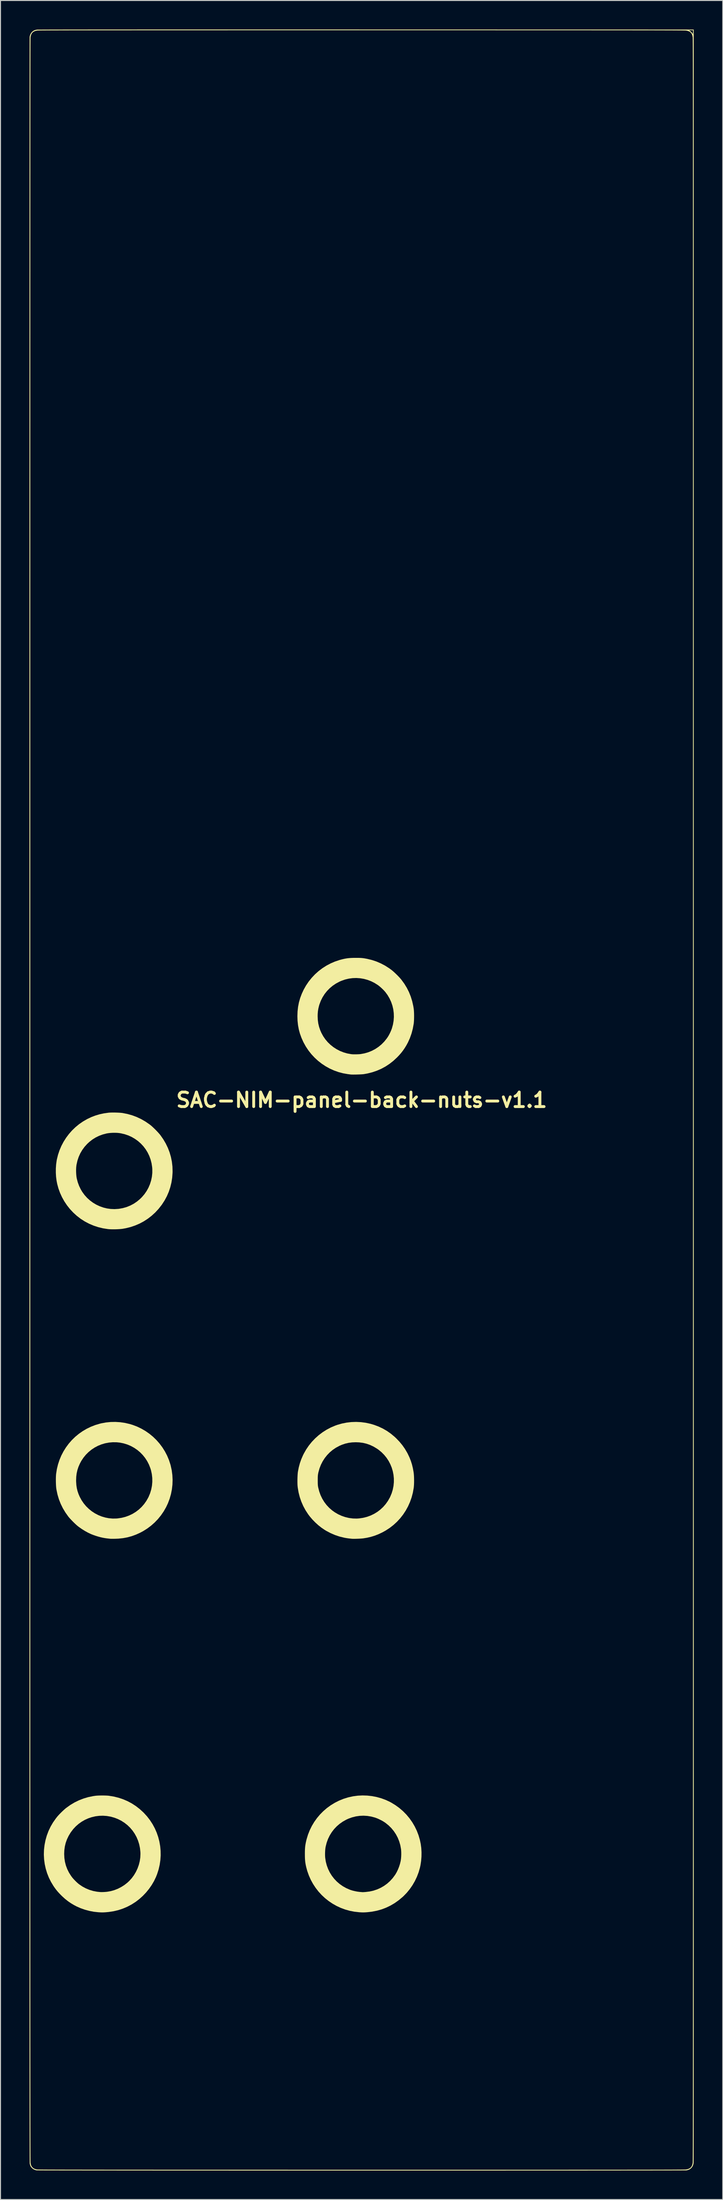
<source format=kicad_pcb>
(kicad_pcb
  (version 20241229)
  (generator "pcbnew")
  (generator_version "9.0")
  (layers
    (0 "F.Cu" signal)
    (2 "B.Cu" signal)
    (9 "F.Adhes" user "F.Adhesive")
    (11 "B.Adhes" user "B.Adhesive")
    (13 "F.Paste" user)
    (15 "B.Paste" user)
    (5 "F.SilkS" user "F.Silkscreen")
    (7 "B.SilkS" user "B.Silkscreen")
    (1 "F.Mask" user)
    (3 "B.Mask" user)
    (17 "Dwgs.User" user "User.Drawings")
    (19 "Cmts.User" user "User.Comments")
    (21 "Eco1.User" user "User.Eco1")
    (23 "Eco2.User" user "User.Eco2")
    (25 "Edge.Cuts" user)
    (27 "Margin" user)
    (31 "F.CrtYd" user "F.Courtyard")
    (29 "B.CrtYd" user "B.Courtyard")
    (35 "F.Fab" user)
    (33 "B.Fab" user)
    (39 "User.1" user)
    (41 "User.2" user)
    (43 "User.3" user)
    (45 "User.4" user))
  (footprint "SAC-NIM-panel-back-nuts-v1.1"
    (layer "F.Cu")
    (at 34.402 110.791)
    (property "Reference" "SAC-NIM-panel-back-nuts-v1.1" (at 0 0 0) (layer "F.SilkS") (effects (font (size 1.5 1.5) (thickness 0.3))))
    (attr board_only exclude_from_pos_files exclude_from_bom)
    (fp_poly (pts (xy -25.525 1.297) (xy -25.33 1.303) (xy -25.142 1.311) (xy -24.972 1.322) (xy -24.83 1.336) (xy -24.764 1.344) (xy -24.254 1.445) (xy -23.761 1.584) (xy -23.285 1.762) (xy -22.825 1.98) (xy -22.381 2.236) (xy -21.953 2.532) (xy -21.883 2.584) (xy -21.774 2.674) (xy -21.645 2.79) (xy -21.503 2.924) (xy -21.356 3.068) (xy -21.211 3.217) (xy -21.075 3.362) (xy -20.955 3.497) (xy -20.857 3.614) (xy -20.838 3.639) (xy -20.542 4.063) (xy -20.284 4.502) (xy -20.066 4.955) (xy -19.887 5.421) (xy -19.749 5.898) (xy -19.65 6.385) (xy -19.593 6.881) (xy -19.578 7.383) (xy -19.581 7.531) (xy -19.619 8.043) (xy -19.697 8.542) (xy -19.816 9.028) (xy -19.973 9.5) (xy -20.17 9.956) (xy -20.406 10.396) (xy -20.68 10.818) (xy -20.716 10.868) (xy -21.033 11.271) (xy -21.378 11.643) (xy -21.749 11.981) (xy -22.144 12.286) (xy -22.562 12.556) (xy -23.002 12.791) (xy -23.461 12.988) (xy -23.939 13.149) (xy -24.435 13.271) (xy -24.751 13.328) (xy -24.91 13.347) (xy -25.101 13.362) (xy -25.312 13.373) (xy -25.532 13.38) (xy -25.752 13.381) (xy -25.96 13.378) (xy -26.145 13.369) (xy -26.279 13.357) (xy -26.785 13.278) (xy -27.279 13.159) (xy -27.757 13.001) (xy -28.219 12.806) (xy -28.661 12.573) (xy -29.083 12.304) (xy -29.115 12.281) (xy -29.508 11.977) (xy -29.874 11.643) (xy -30.211 11.282) (xy -30.517 10.895) (xy -30.791 10.486) (xy -31.03 10.058) (xy -31.234 9.612) (xy -31.401 9.153) (xy -31.529 8.681) (xy -31.594 8.347) (xy -31.646 7.942) (xy -31.67 7.522) (xy -31.669 7.207) (xy -29.572 7.207) (xy -29.57 7.438) (xy -29.559 7.67) (xy -29.539 7.89) (xy -29.509 8.085) (xy -29.501 8.124) (xy -29.399 8.514) (xy -29.26 8.89) (xy -29.087 9.248) (xy -28.931 9.509) (xy -28.694 9.834) (xy -28.427 10.13) (xy -28.134 10.395) (xy -27.818 10.629) (xy -27.481 10.829) (xy -27.127 10.995) (xy -26.758 11.126) (xy -26.377 11.22) (xy -25.987 11.275) (xy -25.59 11.291) (xy -25.19 11.266) (xy -25.131 11.259) (xy -24.722 11.185) (xy -24.33 11.073) (xy -23.957 10.922) (xy -23.602 10.734) (xy -23.267 10.508) (xy -22.952 10.245) (xy -22.76 10.056) (xy -22.499 9.752) (xy -22.271 9.424) (xy -22.078 9.076) (xy -21.922 8.712) (xy -21.802 8.333) (xy -21.721 7.945) (xy -21.679 7.549) (xy -21.678 7.15) (xy -21.694 6.948) (xy -21.756 6.544) (xy -21.856 6.155) (xy -21.993 5.783) (xy -22.164 5.431) (xy -22.368 5.099) (xy -22.602 4.791) (xy -22.865 4.508) (xy -23.155 4.252) (xy -23.47 4.025) (xy -23.807 3.828) (xy -24.166 3.665) (xy -24.543 3.537) (xy -24.938 3.446) (xy -25.114 3.419) (xy -25.323 3.399) (xy -25.556 3.392) (xy -25.799 3.395) (xy -26.039 3.41) (xy -26.261 3.436) (xy -26.41 3.462) (xy -26.813 3.567) (xy -27.194 3.707) (xy -27.552 3.883) (xy -27.89 4.095) (xy -28.208 4.345) (xy -28.421 4.543) (xy -28.694 4.845) (xy -28.933 5.171) (xy -29.137 5.519) (xy -29.303 5.887) (xy -29.433 6.274) (xy -29.524 6.678) (xy -29.543 6.8) (xy -29.563 6.99) (xy -29.572 7.207) (xy -31.669 7.207) (xy -31.669 7.098) (xy -31.641 6.681) (xy -31.587 6.282) (xy -31.564 6.157) (xy -31.445 5.672) (xy -31.288 5.203) (xy -31.095 4.75) (xy -30.866 4.316) (xy -30.604 3.904) (xy -30.311 3.514) (xy -29.988 3.148) (xy -29.637 2.81) (xy -29.26 2.5) (xy -28.858 2.222) (xy -28.433 1.976) (xy -27.987 1.764) (xy -27.582 1.61) (xy -27.146 1.479) (xy -26.696 1.382) (xy -26.224 1.315) (xy -26.188 1.311) (xy -26.059 1.302) (xy -25.899 1.297) (xy -25.718 1.295)) (stroke (width 0) (type solid)) (fill yes) (layer "F.SilkS"))
    (fp_poly (pts (xy -24.994 33.346) (xy -24.501 33.419) (xy -24.015 33.532) (xy -23.72 33.621) (xy -23.254 33.798) (xy -22.808 34.012) (xy -22.382 34.259) (xy -21.979 34.54) (xy -21.601 34.851) (xy -21.25 35.191) (xy -20.927 35.558) (xy -20.634 35.95) (xy -20.373 36.365) (xy -20.146 36.8) (xy -19.955 37.255) (xy -19.801 37.726) (xy -19.776 37.819) (xy -19.668 38.311) (xy -19.602 38.807) (xy -19.577 39.305) (xy -19.593 39.803) (xy -19.649 40.296) (xy -19.745 40.784) (xy -19.882 41.262) (xy -20.058 41.73) (xy -20.246 42.131) (xy -20.494 42.566) (xy -20.776 42.977) (xy -21.09 43.364) (xy -21.435 43.724) (xy -21.809 44.054) (xy -22.208 44.353) (xy -22.63 44.618) (xy -22.92 44.773) (xy -23.362 44.975) (xy -23.804 45.136) (xy -24.251 45.259) (xy -24.708 45.344) (xy -25.181 45.394) (xy -25.506 45.407) (xy -25.643 45.409) (xy -25.771 45.41) (xy -25.882 45.41) (xy -25.968 45.409) (xy -26.021 45.407) (xy -26.025 45.407) (xy -26.204 45.388) (xy -26.352 45.371) (xy -26.478 45.355) (xy -26.593 45.338) (xy -26.706 45.318) (xy -26.829 45.294) (xy -26.847 45.291) (xy -27.057 45.243) (xy -27.291 45.179) (xy -27.533 45.104) (xy -27.769 45.022) (xy -27.987 44.938) (xy -28.071 44.902) (xy -28.371 44.758) (xy -28.68 44.586) (xy -28.986 44.394) (xy -29.276 44.19) (xy -29.404 44.092) (xy -29.509 44.004) (xy -29.632 43.892) (xy -29.768 43.763) (xy -29.908 43.624) (xy -30.046 43.483) (xy -30.174 43.347) (xy -30.285 43.223) (xy -30.372 43.118) (xy -30.378 43.11) (xy -30.681 42.684) (xy -30.944 42.244) (xy -31.168 41.789) (xy -31.352 41.319) (xy -31.497 40.833) (xy -31.603 40.331) (xy -31.62 40.225) (xy -31.637 40.084) (xy -31.65 39.91) (xy -31.659 39.714) (xy -31.665 39.505) (xy -31.666 39.355) (xy -29.57 39.355) (xy -29.567 39.506) (xy -29.544 39.853) (xy -29.496 40.176) (xy -29.42 40.484) (xy -29.314 40.791) (xy -29.194 41.066) (xy -29.004 41.417) (xy -28.782 41.744) (xy -28.531 42.045) (xy -28.252 42.317) (xy -27.949 42.561) (xy -27.626 42.773) (xy -27.283 42.953) (xy -26.925 43.099) (xy -26.553 43.209) (xy -26.171 43.282) (xy -25.782 43.316) (xy -25.387 43.31) (xy -25.27 43.3) (xy -24.86 43.239) (xy -24.464 43.14) (xy -24.086 43.003) (xy -23.727 42.831) (xy -23.389 42.624) (xy -23.075 42.385) (xy -22.786 42.114) (xy -22.524 41.814) (xy -22.292 41.485) (xy -22.091 41.129) (xy -22.064 41.073) (xy -21.907 40.699) (xy -21.791 40.313) (xy -21.714 39.919) (xy -21.678 39.52) (xy -21.682 39.119) (xy -21.727 38.719) (xy -21.812 38.324) (xy -21.877 38.111) (xy -22.024 37.734) (xy -22.206 37.379) (xy -22.421 37.048) (xy -22.666 36.742) (xy -22.939 36.463) (xy -23.238 36.212) (xy -23.56 35.993) (xy -23.903 35.805) (xy -24.264 35.653) (xy -24.642 35.536) (xy -25.033 35.457) (xy -25.364 35.422) (xy -25.771 35.417) (xy -26.171 35.452) (xy -26.562 35.526) (xy -26.939 35.637) (xy -27.302 35.784) (xy -27.648 35.966) (xy -27.973 36.181) (xy -28.276 36.428) (xy -28.555 36.705) (xy -28.806 37.011) (xy -29.027 37.344) (xy -29.182 37.634) (xy -29.327 37.965) (xy -29.436 38.296) (xy -29.512 38.633) (xy -29.556 38.983) (xy -29.57 39.355) (xy -31.666 39.355) (xy -31.667 39.294) (xy -31.664 39.09) (xy -31.657 38.903) (xy -31.646 38.743) (xy -31.641 38.696) (xy -31.563 38.197) (xy -31.445 37.712) (xy -31.291 37.243) (xy -31.101 36.791) (xy -30.876 36.36) (xy -30.619 35.949) (xy -30.331 35.561) (xy -30.014 35.198) (xy -29.668 34.861) (xy -29.296 34.553) (xy -28.899 34.274) (xy -28.479 34.027) (xy -28.037 33.813) (xy -27.575 33.634) (xy -27.094 33.492) (xy -26.968 33.461) (xy -26.481 33.371) (xy -25.988 33.322) (xy -25.491 33.314)) (stroke (width 0) (type solid)) (fill yes) (layer "F.SilkS"))
    (fp_poly (pts (xy -26.709 71.976) (xy -26.527 71.98) (xy -26.364 71.987) (xy -26.228 71.997) (xy -26.184 72.002) (xy -25.669 72.086) (xy -25.172 72.208) (xy -24.694 72.369) (xy -24.234 72.567) (xy -23.795 72.802) (xy -23.375 73.075) (xy -22.976 73.384) (xy -22.597 73.731) (xy -22.559 73.769) (xy -22.221 74.139) (xy -21.919 74.531) (xy -21.651 74.943) (xy -21.42 75.372) (xy -21.225 75.816) (xy -21.067 76.274) (xy -20.946 76.741) (xy -20.863 77.217) (xy -20.818 77.699) (xy -20.811 78.184) (xy -20.844 78.67) (xy -20.916 79.154) (xy -21.027 79.635) (xy -21.18 80.111) (xy -21.3 80.416) (xy -21.502 80.836) (xy -21.742 81.245) (xy -22.017 81.639) (xy -22.323 82.014) (xy -22.657 82.364) (xy -23.015 82.687) (xy -23.393 82.977) (xy -23.404 82.985) (xy -23.829 83.257) (xy -24.269 83.489) (xy -24.726 83.683) (xy -25.199 83.838) (xy -25.689 83.955) (xy -26.197 84.032) (xy -26.48 84.058) (xy -26.62 84.068) (xy -26.736 84.074) (xy -26.839 84.076) (xy -26.942 84.075) (xy -27.057 84.071) (xy -27.195 84.063) (xy -27.285 84.057) (xy -27.743 84.007) (xy -28.204 83.919) (xy -28.66 83.796) (xy -29.105 83.639) (xy -29.529 83.452) (xy -29.787 83.316) (xy -30.118 83.118) (xy -30.424 82.907) (xy -30.718 82.674) (xy -31.008 82.411) (xy -31.131 82.291) (xy -31.332 82.083) (xy -31.507 81.888) (xy -31.665 81.693) (xy -31.816 81.487) (xy -31.918 81.337) (xy -32.175 80.911) (xy -32.395 80.469) (xy -32.576 80.011) (xy -32.718 79.542) (xy -32.822 79.063) (xy -32.886 78.577) (xy -32.911 78.087) (xy -32.909 78.022) (xy -30.806 78.022) (xy -30.786 78.437) (xy -30.726 78.839) (xy -30.626 79.227) (xy -30.485 79.602) (xy -30.305 79.962) (xy -30.085 80.308) (xy -29.965 80.469) (xy -29.877 80.573) (xy -29.767 80.692) (xy -29.644 80.819) (xy -29.518 80.942) (xy -29.396 81.053) (xy -29.29 81.142) (xy -29.266 81.161) (xy -28.926 81.392) (xy -28.566 81.586) (xy -28.19 81.742) (xy -27.797 81.859) (xy -27.392 81.936) (xy -27.052 81.97) (xy -26.933 81.972) (xy -26.786 81.97) (xy -26.624 81.962) (xy -26.462 81.95) (xy -26.343 81.937) (xy -25.974 81.873) (xy -25.608 81.769) (xy -25.249 81.628) (xy -24.903 81.452) (xy -24.575 81.245) (xy -24.269 81.007) (xy -24.065 80.818) (xy -23.803 80.528) (xy -23.572 80.213) (xy -23.372 79.875) (xy -23.206 79.52) (xy -23.074 79.152) (xy -22.979 78.774) (xy -22.922 78.391) (xy -22.905 78.008) (xy -22.911 77.831) (xy -22.955 77.42) (xy -23.038 77.022) (xy -23.158 76.641) (xy -23.313 76.277) (xy -23.502 75.933) (xy -23.723 75.611) (xy -23.975 75.313) (xy -24.255 75.042) (xy -24.563 74.8) (xy -24.897 74.587) (xy -25.255 74.408) (xy -25.602 74.274) (xy -25.994 74.165) (xy -26.388 74.097) (xy -26.782 74.069) (xy -27.173 74.08) (xy -27.558 74.128) (xy -27.935 74.214) (xy -28.301 74.336) (xy -28.654 74.494) (xy -28.99 74.686) (xy -29.306 74.911) (xy -29.601 75.169) (xy -29.872 75.459) (xy -30.115 75.779) (xy -30.135 75.808) (xy -30.347 76.159) (xy -30.517 76.515) (xy -30.648 76.881) (xy -30.739 77.259) (xy -30.791 77.652) (xy -30.806 78.022) (xy -32.909 78.022) (xy -32.896 77.595) (xy -32.84 77.103) (xy -32.744 76.614) (xy -32.608 76.13) (xy -32.599 76.105) (xy -32.424 75.64) (xy -32.211 75.195) (xy -31.961 74.767) (xy -31.671 74.354) (xy -31.52 74.162) (xy -31.417 74.044) (xy -31.291 73.908) (xy -31.148 73.763) (xy -30.998 73.617) (xy -30.85 73.479) (xy -30.711 73.356) (xy -30.591 73.257) (xy -30.59 73.257) (xy -30.17 72.957) (xy -29.733 72.696) (xy -29.278 72.474) (xy -28.807 72.291) (xy -28.319 72.146) (xy -27.817 72.042) (xy -27.54 72.002) (xy -27.418 71.991) (xy -27.263 71.983) (xy -27.087 71.977) (xy -26.899 71.975)) (stroke (width 0) (type solid)) (fill yes) (layer "F.SilkS"))
    (fp_poly (pts (xy -0.068 33.337) (xy 0.426 33.402) (xy 0.913 33.507) (xy 1.294 33.62) (xy 1.764 33.797) (xy 2.21 34.009) (xy 2.634 34.255) (xy 3.036 34.538) (xy 3.419 34.858) (xy 3.588 35.017) (xy 3.923 35.366) (xy 4.219 35.724) (xy 4.482 36.099) (xy 4.716 36.495) (xy 4.781 36.62) (xy 4.955 36.986) (xy 5.099 37.351) (xy 5.217 37.723) (xy 5.311 38.114) (xy 5.383 38.513) (xy 5.405 38.691) (xy 5.421 38.901) (xy 5.43 39.13) (xy 5.434 39.368) (xy 5.432 39.605) (xy 5.423 39.829) (xy 5.408 40.03) (xy 5.395 40.144) (xy 5.305 40.646) (xy 5.176 41.133) (xy 5.009 41.604) (xy 4.807 42.056) (xy 4.57 42.488) (xy 4.3 42.899) (xy 3.998 43.285) (xy 3.665 43.645) (xy 3.303 43.978) (xy 2.912 44.282) (xy 2.495 44.554) (xy 2.146 44.747) (xy 1.747 44.935) (xy 1.354 45.088) (xy 0.958 45.21) (xy 0.547 45.304) (xy 0.159 45.367) (xy 0.06 45.377) (xy -0.067 45.387) (xy -0.214 45.396) (xy -0.371 45.403) (xy -0.531 45.408) (xy -0.683 45.412) (xy -0.819 45.413) (xy -0.931 45.411) (xy -1.006 45.407) (xy -1.188 45.388) (xy -1.337 45.371) (xy -1.465 45.354) (xy -1.582 45.336) (xy -1.698 45.316) (xy -1.822 45.292) (xy -2.29 45.177) (xy -2.754 45.022) (xy -3.208 44.827) (xy -3.651 44.594) (xy -3.813 44.497) (xy -4.146 44.272) (xy -4.476 44.012) (xy -4.795 43.724) (xy -5.095 43.417) (xy -5.37 43.096) (xy -5.535 42.877) (xy -5.807 42.461) (xy -6.044 42.024) (xy -6.244 41.567) (xy -6.407 41.095) (xy -6.531 40.61) (xy -6.614 40.116) (xy -6.631 39.968) (xy -6.641 39.841) (xy -6.646 39.683) (xy -6.649 39.504) (xy -6.648 39.36) (xy -4.544 39.36) (xy -4.543 39.528) (xy -4.542 39.661) (xy -4.538 39.768) (xy -4.532 39.857) (xy -4.524 39.937) (xy -4.511 40.015) (xy -4.495 40.1) (xy -4.495 40.102) (xy -4.392 40.506) (xy -4.253 40.892) (xy -4.078 41.257) (xy -3.869 41.6) (xy -3.628 41.918) (xy -3.354 42.21) (xy -3.05 42.474) (xy -2.775 42.67) (xy -2.427 42.873) (xy -2.062 43.039) (xy -1.684 43.167) (xy -1.297 43.257) (xy -0.905 43.307) (xy -0.512 43.317) (xy -0.251 43.3) (xy 0.159 43.239) (xy 0.554 43.14) (xy 0.932 43.003) (xy 1.291 42.83) (xy 1.629 42.624) (xy 1.943 42.384) (xy 2.233 42.114) (xy 2.494 41.813) (xy 2.727 41.484) (xy 2.928 41.129) (xy 2.955 41.072) (xy 3.111 40.701) (xy 3.226 40.323) (xy 3.302 39.94) (xy 3.339 39.554) (xy 3.339 39.169) (xy 3.301 38.788) (xy 3.227 38.413) (xy 3.118 38.047) (xy 2.973 37.693) (xy 2.795 37.353) (xy 2.584 37.031) (xy 2.34 36.73) (xy 2.064 36.451) (xy 1.758 36.199) (xy 1.599 36.087) (xy 1.248 35.875) (xy 0.89 35.704) (xy 0.523 35.574) (xy 0.144 35.483) (xy -0.25 35.432) (xy -0.604 35.418) (xy -0.988 35.433) (xy -1.351 35.481) (xy -1.7 35.562) (xy -2.045 35.68) (xy -2.304 35.792) (xy -2.66 35.983) (xy -2.991 36.207) (xy -3.296 36.462) (xy -3.572 36.747) (xy -3.819 37.058) (xy -4.035 37.393) (xy -4.217 37.751) (xy -4.364 38.128) (xy -4.474 38.524) (xy -4.495 38.621) (xy -4.511 38.706) (xy -4.523 38.785) (xy -4.532 38.866) (xy -4.538 38.956) (xy -4.542 39.065) (xy -4.543 39.201) (xy -4.544 39.36) (xy -6.648 39.36) (xy -6.648 39.313) (xy -6.644 39.118) (xy -6.637 38.929) (xy -6.627 38.755) (xy -6.615 38.605) (xy -6.601 38.487) (xy -6.6 38.481) (xy -6.511 38.022) (xy -6.395 37.589) (xy -6.249 37.173) (xy -6.071 36.764) (xy -5.99 36.6) (xy -5.745 36.168) (xy -5.466 35.759) (xy -5.154 35.374) (xy -4.812 35.016) (xy -4.443 34.687) (xy -4.048 34.388) (xy -3.631 34.122) (xy -3.192 33.891) (xy -2.736 33.697) (xy -2.521 33.62) (xy -2.043 33.483) (xy -1.555 33.386) (xy -1.062 33.329) (xy -0.565 33.313)) (stroke (width 0) (type solid)) (fill yes) (layer "F.SilkS"))
    (fp_poly (pts (xy 0.585 71.985) (xy 1.073 72.039) (xy 1.555 72.132) (xy 2.027 72.262) (xy 2.486 72.431) (xy 2.928 72.637) (xy 3.078 72.718) (xy 3.512 72.984) (xy 3.919 73.281) (xy 4.297 73.608) (xy 4.645 73.962) (xy 4.962 74.343) (xy 5.247 74.747) (xy 5.497 75.174) (xy 5.713 75.62) (xy 5.892 76.086) (xy 6.033 76.567) (xy 6.12 76.974) (xy 6.178 77.401) (xy 6.204 77.846) (xy 6.199 78.299) (xy 6.163 78.749) (xy 6.097 79.187) (xy 6.039 79.452) (xy 5.902 79.927) (xy 5.727 80.388) (xy 5.514 80.834) (xy 5.268 81.26) (xy 4.988 81.664) (xy 4.678 82.043) (xy 4.339 82.392) (xy 4.237 82.486) (xy 3.837 82.819) (xy 3.422 83.113) (xy 2.99 83.368) (xy 2.542 83.583) (xy 2.077 83.76) (xy 1.596 83.897) (xy 1.099 83.995) (xy 0.584 84.055) (xy 0.526 84.059) (xy 0.377 84.069) (xy 0.255 84.074) (xy 0.146 84.076) (xy 0.036 84.074) (xy -0.089 84.068) (xy -0.242 84.059) (xy -0.244 84.059) (xy -0.741 84.004) (xy -1.227 83.91) (xy -1.699 83.778) (xy -2.155 83.61) (xy -2.594 83.406) (xy -3.014 83.169) (xy -3.413 82.9) (xy -3.789 82.601) (xy -4.141 82.273) (xy -4.466 81.918) (xy -4.762 81.537) (xy -5.029 81.132) (xy -5.264 80.704) (xy -5.464 80.255) (xy -5.63 79.787) (xy -5.73 79.42) (xy -5.775 79.224) (xy -5.81 79.043) (xy -5.837 78.868) (xy -5.855 78.689) (xy -5.868 78.498) (xy -5.875 78.283) (xy -5.876 78.074) (xy -3.788 78.074) (xy -3.784 78.258) (xy -3.773 78.415) (xy -3.71 78.823) (xy -3.607 79.215) (xy -3.468 79.59) (xy -3.293 79.946) (xy -3.085 80.281) (xy -2.844 80.592) (xy -2.574 80.878) (xy -2.274 81.136) (xy -1.947 81.365) (xy -1.595 81.562) (xy -1.219 81.725) (xy -1.123 81.76) (xy -0.912 81.824) (xy -0.678 81.88) (xy -0.436 81.925) (xy -0.206 81.955) (xy -0.152 81.96) (xy -0.056 81.967) (xy 0.026 81.974) (xy 0.084 81.978) (xy 0.106 81.98) (xy 0.138 81.98) (xy 0.203 81.976) (xy 0.293 81.971) (xy 0.399 81.963) (xy 0.424 81.961) (xy 0.838 81.91) (xy 1.238 81.819) (xy 1.621 81.69) (xy 1.986 81.525) (xy 2.33 81.325) (xy 2.653 81.09) (xy 2.95 80.822) (xy 3.222 80.522) (xy 3.465 80.192) (xy 3.506 80.13) (xy 3.642 79.892) (xy 3.769 79.624) (xy 3.881 79.34) (xy 3.973 79.053) (xy 4.04 78.775) (xy 4.047 78.741) (xy 4.077 78.534) (xy 4.097 78.302) (xy 4.106 78.059) (xy 4.103 77.82) (xy 4.089 77.6) (xy 4.08 77.52) (xy 4.006 77.115) (xy 3.893 76.724) (xy 3.742 76.35) (xy 3.555 75.996) (xy 3.333 75.662) (xy 3.078 75.352) (xy 2.79 75.068) (xy 2.473 74.813) (xy 2.351 74.728) (xy 2.2 74.634) (xy 2.022 74.537) (xy 1.831 74.442) (xy 1.641 74.356) (xy 1.464 74.287) (xy 1.398 74.264) (xy 1.001 74.157) (xy 0.599 74.091) (xy 0.197 74.066) (xy -0.204 74.083) (xy -0.6 74.14) (xy -0.991 74.239) (xy -1.372 74.377) (xy -1.578 74.472) (xy -1.938 74.672) (xy -2.271 74.904) (xy -2.576 75.166) (xy -2.85 75.455) (xy -3.093 75.771) (xy -3.303 76.11) (xy -3.479 76.471) (xy -3.618 76.852) (xy -3.72 77.25) (xy -3.74 77.355) (xy -3.761 77.505) (xy -3.776 77.684) (xy -3.785 77.879) (xy -3.788 78.074) (xy -5.876 78.074) (xy -5.877 78.037) (xy -5.877 78.022) (xy -5.875 77.771) (xy -5.868 77.553) (xy -5.856 77.358) (xy -5.836 77.175) (xy -5.808 76.996) (xy -5.771 76.809) (xy -5.724 76.605) (xy -5.7 76.509) (xy -5.556 76.031) (xy -5.374 75.57) (xy -5.157 75.129) (xy -4.906 74.709) (xy -4.622 74.312) (xy -4.308 73.939) (xy -3.965 73.594) (xy -3.596 73.276) (xy -3.201 72.989) (xy -2.782 72.733) (xy -2.342 72.51) (xy -1.881 72.323) (xy -1.403 72.173) (xy -1.366 72.164) (xy -0.885 72.059) (xy -0.398 71.994) (xy 0.094 71.97)) (stroke (width 0) (type solid)) (fill yes) (layer "F.SilkS"))
    (fp_poly (pts (xy -0.422 -14.711) (xy -0.252 -14.709) (xy -0.106 -14.704) (xy 0.025 -14.695) (xy 0.15 -14.681) (xy 0.278 -14.663) (xy 0.419 -14.638) (xy 0.582 -14.607) (xy 0.593 -14.605) (xy 1.073 -14.487) (xy 1.544 -14.33) (xy 2.001 -14.133) (xy 2.443 -13.899) (xy 2.865 -13.628) (xy 3.112 -13.446) (xy 3.243 -13.338) (xy 3.391 -13.206) (xy 3.549 -13.057) (xy 3.708 -12.901) (xy 3.86 -12.744) (xy 3.997 -12.595) (xy 4.109 -12.463) (xy 4.126 -12.441) (xy 4.424 -12.033) (xy 4.683 -11.608) (xy 4.905 -11.166) (xy 5.09 -10.705) (xy 5.238 -10.224) (xy 5.351 -9.72) (xy 5.394 -9.459) (xy 5.411 -9.312) (xy 5.423 -9.133) (xy 5.431 -8.932) (xy 5.434 -8.719) (xy 5.432 -8.504) (xy 5.427 -8.297) (xy 5.416 -8.108) (xy 5.402 -7.947) (xy 5.394 -7.891) (xy 5.299 -7.373) (xy 5.167 -6.877) (xy 4.999 -6.404) (xy 4.796 -5.954) (xy 4.629 -5.646) (xy 4.455 -5.363) (xy 4.276 -5.105) (xy 4.084 -4.859) (xy 3.87 -4.616) (xy 3.666 -4.404) (xy 3.291 -4.056) (xy 2.895 -3.745) (xy 2.479 -3.471) (xy 2.042 -3.234) (xy 1.585 -3.035) (xy 1.108 -2.872) (xy 0.61 -2.747) (xy 0.225 -2.677) (xy 0.148 -2.669) (xy 0.039 -2.66) (xy -0.096 -2.653) (xy -0.248 -2.646) (xy -0.409 -2.641) (xy -0.571 -2.636) (xy -0.728 -2.634) (xy -0.87 -2.633) (xy -0.991 -2.634) (xy -1.082 -2.637) (xy -1.123 -2.64) (xy -1.174 -2.647) (xy -1.255 -2.657) (xy -1.354 -2.67) (xy -1.441 -2.681) (xy -1.923 -2.766) (xy -2.394 -2.891) (xy -2.853 -3.054) (xy -3.296 -3.253) (xy -3.721 -3.487) (xy -4.127 -3.755) (xy -4.511 -4.054) (xy -4.87 -4.384) (xy -5.203 -4.741) (xy -5.507 -5.126) (xy -5.78 -5.535) (xy -6.019 -5.968) (xy -6.038 -6.006) (xy -6.232 -6.439) (xy -6.388 -6.869) (xy -6.506 -7.303) (xy -6.588 -7.746) (xy -6.637 -8.205) (xy -6.652 -8.669) (xy -4.554 -8.669) (xy -4.538 -8.284) (xy -4.489 -7.919) (xy -4.405 -7.567) (xy -4.285 -7.218) (xy -4.167 -6.948) (xy -3.979 -6.603) (xy -3.758 -6.281) (xy -3.505 -5.982) (xy -3.223 -5.711) (xy -2.916 -5.467) (xy -2.586 -5.255) (xy -2.236 -5.074) (xy -1.868 -4.928) (xy -1.487 -4.819) (xy -1.094 -4.748) (xy -1.017 -4.739) (xy -0.91 -4.731) (xy -0.773 -4.728) (xy -0.618 -4.728) (xy -0.458 -4.732) (xy -0.304 -4.738) (xy -0.169 -4.748) (xy -0.097 -4.756) (xy 0.305 -4.83) (xy 0.692 -4.943) (xy 1.064 -5.093) (xy 1.417 -5.28) (xy 1.749 -5.502) (xy 2.059 -5.757) (xy 2.342 -6.044) (xy 2.597 -6.361) (xy 2.721 -6.541) (xy 2.832 -6.73) (xy 2.942 -6.943) (xy 3.042 -7.165) (xy 3.124 -7.378) (xy 3.135 -7.409) (xy 3.244 -7.803) (xy 3.313 -8.201) (xy 3.341 -8.601) (xy 3.328 -8.999) (xy 3.277 -9.392) (xy 3.186 -9.778) (xy 3.057 -10.153) (xy 2.889 -10.515) (xy 2.685 -10.862) (xy 2.463 -11.165) (xy 2.345 -11.301) (xy 2.202 -11.449) (xy 2.046 -11.597) (xy 1.889 -11.736) (xy 1.741 -11.854) (xy 1.694 -11.889) (xy 1.349 -12.108) (xy 0.989 -12.29) (xy 0.616 -12.432) (xy 0.234 -12.536) (xy -0.155 -12.601) (xy -0.548 -12.627) (xy -0.942 -12.614) (xy -1.335 -12.56) (xy -1.722 -12.467) (xy -2.102 -12.333) (xy -2.303 -12.244) (xy -2.665 -12.049) (xy -3.001 -11.822) (xy -3.309 -11.564) (xy -3.587 -11.278) (xy -3.834 -10.966) (xy -4.047 -10.629) (xy -4.227 -10.27) (xy -4.37 -9.89) (xy -4.418 -9.728) (xy -4.484 -9.452) (xy -4.527 -9.181) (xy -4.55 -8.898) (xy -4.554 -8.669) (xy -6.652 -8.669) (xy -6.652 -8.675) (xy -6.635 -9.169) (xy -6.582 -9.643) (xy -6.493 -10.102) (xy -6.366 -10.549) (xy -6.2 -10.991) (xy -6.004 -11.414) (xy -5.758 -11.851) (xy -5.479 -12.264) (xy -5.167 -12.65) (xy -4.827 -13.01) (xy -4.459 -13.34) (xy -4.065 -13.639) (xy -3.649 -13.905) (xy -3.211 -14.137) (xy -2.754 -14.333) (xy -2.28 -14.492) (xy -2.044 -14.555) (xy -1.841 -14.603) (xy -1.654 -14.64) (xy -1.474 -14.668) (xy -1.291 -14.688) (xy -1.096 -14.701) (xy -0.878 -14.709) (xy -0.627 -14.711) (xy -0.625 -14.711)) (stroke (width 0) (type solid)) (fill yes) (layer "F.SilkS"))
    (fp_poly (pts (xy -11.531 -110.791) (xy -10.189 -110.791) (xy -8.807 -110.791) (xy -7.383 -110.79) (xy -5.917 -110.79) (xy -4.41 -110.79) (xy -2.86 -110.79) (xy -1.269 -110.79) (xy 0.364 -110.789) (xy 0.466 -110.789) (xy 34.393 -110.783) (xy 34.399 -0.466) (xy 34.399 2.397) (xy 34.399 5.217) (xy 34.399 7.996) (xy 34.399 10.733) (xy 34.4 13.428) (xy 34.4 16.082) (xy 34.4 18.694) (xy 34.4 21.265) (xy 34.4 23.796) (xy 34.4 26.285) (xy 34.4 28.734) (xy 34.4 31.143) (xy 34.4 33.511) (xy 34.4 35.839) (xy 34.4 38.128) (xy 34.4 40.377) (xy 34.4 42.586) (xy 34.4 44.756) (xy 34.4 46.887) (xy 34.4 48.978) (xy 34.4 51.031) (xy 34.4 53.046) (xy 34.4 55.022) (xy 34.4 56.96) (xy 34.4 58.859) (xy 34.4 60.721) (xy 34.4 62.545) (xy 34.4 64.332) (xy 34.4 66.081) (xy 34.4 67.793) (xy 34.4 69.468) (xy 34.4 71.106) (xy 34.4 72.707) (xy 34.399 74.272) (xy 34.399 75.801) (xy 34.399 77.294) (xy 34.399 78.75) (xy 34.399 80.171) (xy 34.399 81.557) (xy 34.398 82.907) (xy 34.398 84.222) (xy 34.398 85.501) (xy 34.398 86.746) (xy 34.398 87.957) (xy 34.397 89.132) (xy 34.397 90.274) (xy 34.397 91.381) (xy 34.397 92.454) (xy 34.396 93.494) (xy 34.396 94.5) (xy 34.396 95.472) (xy 34.396 96.412) (xy 34.395 97.318) (xy 34.395 98.191) (xy 34.395 99.032) (xy 34.394 99.84) (xy 34.394 100.616) (xy 34.394 101.359) (xy 34.393 102.071) (xy 34.393 102.75) (xy 34.392 103.399) (xy 34.392 104.015) (xy 34.392 104.601) (xy 34.391 105.155) (xy 34.391 105.678) (xy 34.39 106.171) (xy 34.39 106.633) (xy 34.39 107.065) (xy 34.389 107.466) (xy 34.389 107.838) (xy 34.388 108.179) (xy 34.388 108.491) (xy 34.387 108.774) (xy 34.387 109.027) (xy 34.386 109.251) (xy 34.386 109.446) (xy 34.385 109.612) (xy 34.385 109.75) (xy 34.384 109.86) (xy 34.383 109.941) (xy 34.383 109.994) (xy 34.382 110.019) (xy 34.382 110.021) (xy 34.337 110.216) (xy 34.259 110.386) (xy 34.15 110.528) (xy 34.012 110.641) (xy 33.847 110.723) (xy 33.658 110.771) (xy 33.651 110.772) (xy 33.624 110.773) (xy 33.556 110.773) (xy 33.447 110.774) (xy 33.298 110.775) (xy 33.111 110.776) (xy 32.885 110.776) (xy 32.623 110.777) (xy 32.324 110.778) (xy 31.989 110.779) (xy 31.621 110.779) (xy 31.218 110.78) (xy 30.783 110.78) (xy 30.316 110.781) (xy 29.817 110.782) (xy 29.289 110.782) (xy 28.731 110.783) (xy 28.145 110.783) (xy 27.532 110.784) (xy 26.891 110.784) (xy 26.225 110.785) (xy 25.534 110.785) (xy 24.819 110.786) (xy 24.08 110.786) (xy 23.32 110.787) (xy 22.538 110.787) (xy 21.735 110.787) (xy 20.913 110.788) (xy 20.071 110.788) (xy 19.212 110.788) (xy 18.336 110.789) (xy 17.443 110.789) (xy 16.535 110.789) (xy 15.613 110.789) (xy 14.677 110.79) (xy 13.728 110.79) (xy 12.768 110.79) (xy 11.796 110.79) (xy 10.814 110.79) (xy 9.823 110.791) (xy 8.824 110.791) (xy 7.817 110.791) (xy 6.803 110.791) (xy 5.784 110.791) (xy 4.76 110.791) (xy 3.732 110.791) (xy 2.7 110.791) (xy 1.667 110.791) (xy 0.632 110.791) (xy -0.404 110.791) (xy -1.439 110.791) (xy -2.473 110.791) (xy -3.505 110.791) (xy -4.534 110.791) (xy -5.559 110.791) (xy -6.58 110.791) (xy -7.595 110.791) (xy -8.603 110.791) (xy -9.605 110.79) (xy -10.598 110.79) (xy -11.582 110.79) (xy -12.556 110.79) (xy -13.519 110.79) (xy -14.471 110.789) (xy -15.41 110.789) (xy -16.336 110.789) (xy -17.247 110.788) (xy -18.143 110.788) (xy -19.024 110.788) (xy -19.887 110.787) (xy -20.733 110.787) (xy -21.56 110.787) (xy -22.367 110.786) (xy -23.154 110.786) (xy -23.92 110.785) (xy -24.664 110.785) (xy -25.385 110.784) (xy -26.081 110.784) (xy -26.754 110.784) (xy -27.4 110.783) (xy -28.02 110.782) (xy -28.613 110.782) (xy -29.178 110.781) (xy -29.713 110.781) (xy -30.219 110.78) (xy -30.693 110.78) (xy -31.136 110.779) (xy -31.547 110.778) (xy -31.923 110.778) (xy -32.266 110.777) (xy -32.573 110.776) (xy -32.845 110.776) (xy -33.079 110.775) (xy -33.276 110.774) (xy -33.434 110.773) (xy -33.552 110.772) (xy -33.63 110.772) (xy -33.667 110.771) (xy -33.67 110.771) (xy -33.842 110.726) (xy -34.002 110.645) (xy -34.142 110.535) (xy -34.254 110.4) (xy -34.285 110.348) (xy -34.319 110.271) (xy -34.35 110.174) (xy -34.373 110.078) (xy -34.373 110.069) (xy -34.374 110.051) (xy -34.375 110.022) (xy -34.376 109.984) (xy -34.376 109.935) (xy -34.377 109.875) (xy -34.378 109.803) (xy -34.378 109.721) (xy -34.379 109.626) (xy -34.379 109.519) (xy -34.38 109.399) (xy -34.381 109.267) (xy -34.381 109.122) (xy -34.382 108.963) (xy -34.382 108.79) (xy -34.383 108.604) (xy -34.383 108.403) (xy -34.384 108.187) (xy -34.384 107.956) (xy -34.385 107.71) (xy -34.385 107.448) (xy -34.386 107.17) (xy -34.386 106.875) (xy -34.387 106.565) (xy -34.387 106.237) (xy -34.388 105.892) (xy -34.388 105.529) (xy -34.389 105.148) (xy -34.389 104.749) (xy -34.389 104.332) (xy -34.39 103.895) (xy -34.39 103.44) (xy -34.391 102.965) (xy -34.391 102.47) (xy -34.391 101.955) (xy -34.392 101.42) (xy -34.392 100.864) (xy -34.393 100.286) (xy -34.393 99.688) (xy -34.393 99.067) (xy -34.394 98.425) (xy -34.394 97.76) (xy -34.394 97.072) (xy -34.394 96.362) (xy -34.395 95.628) (xy -34.395 94.87) (xy -34.395 94.089) (xy -34.396 93.283) (xy -34.396 92.453) (xy -34.396 91.597) (xy -34.396 90.717) (xy -34.397 89.811) (xy -34.397 88.879) (xy -34.397 87.921) (xy -34.397 86.936) (xy -34.398 85.925) (xy -34.398 84.886) (xy -34.398 83.82) (xy -34.398 82.726) (xy -34.398 81.604) (xy -34.399 80.454) (xy -34.399 79.275) (xy -34.399 78.067) (xy -34.399 76.829) (xy -34.399 75.562) (xy -34.399 74.265) (xy -34.4 72.938) (xy -34.4 71.579) (xy -34.4 70.19) (xy -34.4 68.77) (xy -34.4 67.318) (xy -34.4 65.834) (xy -34.4 64.318) (xy -34.401 62.769) (xy -34.401 61.188) (xy -34.401 59.573) (xy -34.401 57.925) (xy -34.401 56.242) (xy -34.401 54.526) (xy -34.401 52.776) (xy -34.401 50.99) (xy -34.401 49.17) (xy -34.401 47.314) (xy -34.401 45.422) (xy -34.402 43.494) (xy -34.402 41.53) (xy -34.402 39.529) (xy -34.402 37.491) (xy -34.402 35.416) (xy -34.402 33.303) (xy -34.402 31.152) (xy -34.402 28.963) (xy -34.402 26.736) (xy -34.402 24.469) (xy -34.402 22.163) (xy -34.402 19.818) (xy -34.402 17.433) (xy -34.402 15.007) (xy -34.402 12.541) (xy -34.402 10.035) (xy -34.402 7.487) (xy -34.402 4.897) (xy -34.402 2.266) (xy -34.402 0.011) (xy -34.402 0) (xy -34.318 0) (xy -34.318 2.647) (xy -34.318 5.251) (xy -34.318 7.814) (xy -34.318 10.335) (xy -34.318 12.815) (xy -34.318 15.255) (xy -34.318 17.654) (xy -34.318 20.013) (xy -34.318 22.333) (xy -34.318 24.613) (xy -34.318 26.854) (xy -34.318 29.056) (xy -34.318 31.22) (xy -34.318 33.345) (xy -34.318 35.433) (xy -34.318 37.483) (xy -34.318 39.497) (xy -34.318 41.473) (xy -34.318 43.413) (xy -34.318 45.317) (xy -34.318 47.185) (xy -34.318 49.018) (xy -34.318 50.816) (xy -34.318 52.578) (xy -34.318 54.307) (xy -34.317 56.001) (xy -34.317 57.661) (xy -34.317 59.288) (xy -34.317 60.881) (xy -34.317 62.442) (xy -34.317 63.97) (xy -34.317 65.466) (xy -34.317 66.93) (xy -34.317 68.363) (xy -34.317 69.765) (xy -34.316 71.135) (xy -34.316 72.475) (xy -34.316 73.785) (xy -34.316 75.065) (xy -34.316 76.315) (xy -34.316 77.537) (xy -34.315 78.729) (xy -34.315 79.893) (xy -34.315 81.028) (xy -34.315 82.136) (xy -34.315 83.216) (xy -34.315 84.268) (xy -34.314 85.294) (xy -34.314 86.293) (xy -34.314 87.266) (xy -34.314 88.213) (xy -34.314 89.135) (xy -34.313 90.031) (xy -34.313 90.902) (xy -34.313 91.748) (xy -34.313 92.571) (xy -34.312 93.369) (xy -34.312 94.143) (xy -34.312 94.895) (xy -34.312 95.623) (xy -34.311 96.329) (xy -34.311 97.012) (xy -34.311 97.673) (xy -34.31 98.313) (xy -34.31 98.931) (xy -34.31 99.528) (xy -34.309 100.105) (xy -34.309 100.661) (xy -34.309 101.198) (xy -34.308 101.714) (xy -34.308 102.211) (xy -34.308 102.689) (xy -34.307 103.149) (xy -34.307 103.59) (xy -34.306 104.013) (xy -34.306 104.418) (xy -34.306 104.806) (xy -34.305 105.177) (xy -34.305 105.531) (xy -34.304 105.868) (xy -34.304 106.19) (xy -34.303 106.495) (xy -34.303 106.786) (xy -34.302 107.061) (xy -34.302 107.322) (xy -34.301 107.568) (xy -34.301 107.799) (xy -34.3 108.018) (xy -34.3 108.222) (xy -34.299 108.414) (xy -34.299 108.593) (xy -34.298 108.759) (xy -34.298 108.913) (xy -34.297 109.055) (xy -34.296 109.186) (xy -34.296 109.306) (xy -34.295 109.415) (xy -34.294 109.513) (xy -34.294 109.601) (xy -34.293 109.679) (xy -34.293 109.748) (xy -34.292 109.808) (xy -34.291 109.859) (xy -34.29 109.901) (xy -34.29 109.935) (xy -34.289 109.961) (xy -34.288 109.98) (xy -34.288 109.991) (xy -34.287 109.994) (xy -34.259 110.142) (xy -34.222 110.259) (xy -34.17 110.358) (xy -34.099 110.449) (xy -34.096 110.452) (xy -33.986 110.548) (xy -33.849 110.619) (xy -33.681 110.666) (xy -33.626 110.676) (xy -33.613 110.677) (xy -33.59 110.679) (xy -33.556 110.68) (xy -33.511 110.681) (xy -33.454 110.682) (xy -33.385 110.683) (xy -33.303 110.684) (xy -33.208 110.685) (xy -33.099 110.686) (xy -32.974 110.687) (xy -32.835 110.688) (xy -32.68 110.689) (xy -32.508 110.69) (xy -32.32 110.691) (xy -32.114 110.692) (xy -31.89 110.692) (xy -31.647 110.693) (xy -31.385 110.694) (xy -31.103 110.695) (xy -30.8 110.695) (xy -30.477 110.696) (xy -30.132 110.697) (xy -29.765 110.697) (xy -29.375 110.698) (xy -28.962 110.698) (xy -28.524 110.699) (xy -28.063 110.699) (xy -27.576 110.7) (xy -27.064 110.7) (xy -26.526 110.701) (xy -25.96 110.701) (xy -25.368 110.702) (xy -24.747 110.702) (xy -24.098 110.702) (xy -23.42 110.703) (xy -22.712 110.703) (xy -21.974 110.703) (xy -21.205 110.704) (xy -20.405 110.704) (xy -19.572 110.704) (xy -18.707 110.705) (xy -17.809 110.705) (xy -16.878 110.705) (xy -15.912 110.705) (xy -14.911 110.705) (xy -13.874 110.706) (xy -12.802 110.706) (xy -11.693 110.706) (xy -10.547 110.706) (xy -9.363 110.706) (xy -8.14 110.706) (xy -6.879 110.707) (xy -5.578 110.707) (xy -4.238 110.707) (xy -2.856 110.707) (xy -1.433 110.707) (xy -0.021 110.707) (xy 1.429 110.707) (xy 2.838 110.707) (xy 4.205 110.707) (xy 5.532 110.707) (xy 6.819 110.707) (xy 8.067 110.707) (xy 9.276 110.707) (xy 10.446 110.707) (xy 11.579 110.707) (xy 12.675 110.707) (xy 13.735 110.707) (xy 14.759 110.707) (xy 15.748 110.707) (xy 16.702 110.707) (xy 17.622 110.707) (xy 18.509 110.707) (xy 19.363 110.707) (xy 20.185 110.707) (xy 20.976 110.707) (xy 21.735 110.706) (xy 22.464 110.706) (xy 23.164 110.706) (xy 23.834 110.706) (xy 24.475 110.705) (xy 25.089 110.705) (xy 25.675 110.705) (xy 26.234 110.704) (xy 26.768 110.704) (xy 27.275 110.704) (xy 27.758 110.703) (xy 28.216 110.703) (xy 28.651 110.702) (xy 29.062 110.702) (xy 29.451 110.702) (xy 29.818 110.701) (xy 30.164 110.7) (xy 30.488 110.7) (xy 30.793 110.699) (xy 31.078 110.699) (xy 31.344 110.698) (xy 31.592 110.697) (xy 31.822 110.696) (xy 32.034 110.696) (xy 32.231 110.695) (xy 32.411 110.694) (xy 32.576 110.693) (xy 32.726 110.692) (xy 32.861 110.691) (xy 32.984 110.691) (xy 33.093 110.69) (xy 33.19 110.688) (xy 33.275 110.687) (xy 33.349 110.686) (xy 33.413 110.685) (xy 33.466 110.684) (xy 33.511 110.683) (xy 33.546 110.682) (xy 33.573 110.68) (xy 33.593 110.679) (xy 33.605 110.678) (xy 33.606 110.678) (xy 33.795 110.636) (xy 33.95 110.571) (xy 34.073 110.481) (xy 34.168 110.363) (xy 34.236 110.213) (xy 34.282 110.029) (xy 34.287 109.994) (xy 34.288 109.986) (xy 34.289 109.97) (xy 34.289 109.947) (xy 34.29 109.917) (xy 34.291 109.878) (xy 34.292 109.831) (xy 34.292 109.775) (xy 34.293 109.71) (xy 34.294 109.636) (xy 34.294 109.552) (xy 34.295 109.458) (xy 34.295 109.354) (xy 34.296 109.239) (xy 34.297 109.113) (xy 34.297 108.975) (xy 34.298 108.826) (xy 34.298 108.665) (xy 34.299 108.492) (xy 34.3 108.306) (xy 34.3 108.107) (xy 34.301 107.894) (xy 34.301 107.668) (xy 34.302 107.428) (xy 34.302 107.174) (xy 34.303 106.905) (xy 34.303 106.621) (xy 34.304 106.322) (xy 34.304 106.008) (xy 34.304 105.677) (xy 34.305 105.33) (xy 34.305 104.966) (xy 34.306 104.586) (xy 34.306 104.188) (xy 34.307 103.773) (xy 34.307 103.34) (xy 34.307 102.888) (xy 34.308 102.418) (xy 34.308 101.929) (xy 34.309 101.421) (xy 34.309 100.893) (xy 34.309 100.345) (xy 34.31 99.778) (xy 34.31 99.189) (xy 34.31 98.58) (xy 34.311 97.949) (xy 34.311 97.297) (xy 34.311 96.623) (xy 34.311 95.927) (xy 34.312 95.209) (xy 34.312 94.467) (xy 34.312 93.703) (xy 34.312 92.915) (xy 34.313 92.103) (xy 34.313 91.267) (xy 34.313 90.406) (xy 34.313 89.521) (xy 34.314 88.61) (xy 34.314 87.674) (xy 34.314 86.713) (xy 34.314 85.725) (xy 34.315 84.71) (xy 34.315 83.669) (xy 34.315 82.601) (xy 34.315 81.505) (xy 34.315 80.382) (xy 34.315 79.23) (xy 34.316 78.05) (xy 34.316 76.841) (xy 34.316 75.603) (xy 34.316 74.336) (xy 34.316 73.039) (xy 34.316 71.712) (xy 34.316 70.354) (xy 34.317 68.966) (xy 34.317 67.547) (xy 34.317 66.096) (xy 34.317 64.614) (xy 34.317 63.099) (xy 34.317 61.553) (xy 34.317 59.973) (xy 34.317 58.36) (xy 34.317 56.715) (xy 34.317 55.035) (xy 34.318 53.321) (xy 34.318 51.573) (xy 34.318 49.791) (xy 34.318 47.973) (xy 34.318 46.12) (xy 34.318 44.232) (xy 34.318 42.307) (xy 34.318 40.346) (xy 34.318 38.349) (xy 34.318 36.314) (xy 34.318 34.242) (xy 34.318 32.133) (xy 34.318 29.986) (xy 34.318 27.8) (xy 34.318 25.576) (xy 34.318 23.312) (xy 34.318 21.01) (xy 34.318 18.668) (xy 34.318 16.286) (xy 34.318 13.863) (xy 34.318 11.401) (xy 34.318 8.897) (xy 34.318 6.352) (xy 34.318 3.765) (xy 34.318 1.137) (xy 34.318 0) (xy 34.318 -2.647) (xy 34.318 -5.251) (xy 34.318 -7.814) (xy 34.318 -10.335) (xy 34.318 -12.815) (xy 34.318 -15.255) (xy 34.318 -17.654) (xy 34.318 -20.013) (xy 34.318 -22.333) (xy 34.318 -24.613) (xy 34.318 -26.854) (xy 34.318 -29.056) (xy 34.318 -31.22) (xy 34.318 -33.345) (xy 34.318 -35.433) (xy 34.318 -37.483) (xy 34.318 -39.497) (xy 34.318 -41.473) (xy 34.318 -43.413) (xy 34.318 -45.317) (xy 34.318 -47.185) (xy 34.318 -49.018) (xy 34.318 -50.816) (xy 34.318 -52.578) (xy 34.318 -54.307) (xy 34.317 -56.001) (xy 34.317 -57.661) (xy 34.317 -59.288) (xy 34.317 -60.881) (xy 34.317 -62.442) (xy 34.317 -63.97) (xy 34.317 -65.466) (xy 34.317 -66.93) (xy 34.317 -68.363) (xy 34.317 -69.765) (xy 34.316 -71.135) (xy 34.316 -72.475) (xy 34.316 -73.785) (xy 34.316 -75.065) (xy 34.316 -76.315) (xy 34.316 -77.537) (xy 34.315 -78.729) (xy 34.315 -79.893) (xy 34.315 -81.028) (xy 34.315 -82.136) (xy 34.315 -83.216) (xy 34.315 -84.268) (xy 34.314 -85.294) (xy 34.314 -86.293) (xy 34.314 -87.266) (xy 34.314 -88.213) (xy 34.314 -89.135) (xy 34.313 -90.031) (xy 34.313 -90.902) (xy 34.313 -91.748) (xy 34.313 -92.571) (xy 34.312 -93.369) (xy 34.312 -94.143) (xy 34.312 -94.895) (xy 34.312 -95.623) (xy 34.311 -96.329) (xy 34.311 -97.012) (xy 34.311 -97.673) (xy 34.31 -98.313) (xy 34.31 -98.931) (xy 34.31 -99.528) (xy 34.309 -100.105) (xy 34.309 -100.661) (xy 34.309 -101.198) (xy 34.308 -101.714) (xy 34.308 -102.211) (xy 34.308 -102.689) (xy 34.307 -103.149) (xy 34.307 -103.59) (xy 34.306 -104.013) (xy 34.306 -104.418) (xy 34.306 -104.806) (xy 34.305 -105.177) (xy 34.305 -105.531) (xy 34.304 -105.868) (xy 34.304 -106.19) (xy 34.303 -106.495) (xy 34.303 -106.786) (xy 34.302 -107.061) (xy 34.302 -107.322) (xy 34.301 -107.568) (xy 34.301 -107.799) (xy 34.3 -108.018) (xy 34.3 -108.222) (xy 34.299 -108.414) (xy 34.299 -108.593) (xy 34.298 -108.759) (xy 34.298 -108.913) (xy 34.297 -109.055) (xy 34.296 -109.186) (xy 34.296 -109.306) (xy 34.295 -109.415) (xy 34.294 -109.513) (xy 34.294 -109.601) (xy 34.293 -109.679) (xy 34.293 -109.748) (xy 34.292 -109.808) (xy 34.291 -109.859) (xy 34.29 -109.901) (xy 34.29 -109.935) (xy 34.289 -109.961) (xy 34.288 -109.98) (xy 34.288 -109.991) (xy 34.287 -109.994) (xy 34.245 -110.184) (xy 34.181 -110.34) (xy 34.091 -110.463) (xy 33.973 -110.558) (xy 33.823 -110.627) (xy 33.64 -110.672) (xy 33.606 -110.678) (xy 33.593 -110.679) (xy 33.574 -110.68) (xy 33.547 -110.682) (xy 33.512 -110.683) (xy 33.468 -110.684) (xy 33.414 -110.685) (xy 33.351 -110.686) (xy 33.277 -110.687) (xy 33.192 -110.688) (xy 33.096 -110.69) (xy 32.986 -110.691) (xy 32.864 -110.691) (xy 32.729 -110.692) (xy 32.579 -110.693) (xy 32.414 -110.694) (xy 32.234 -110.695) (xy 32.038 -110.696) (xy 31.826 -110.697) (xy 31.596 -110.697) (xy 31.349 -110.698) (xy 31.083 -110.699) (xy 30.798 -110.699) (xy 30.494 -110.7) (xy 30.169 -110.701) (xy 29.824 -110.701) (xy 29.457 -110.702) (xy 29.069 -110.702) (xy 28.658 -110.703) (xy 28.223 -110.703) (xy 27.765 -110.704) (xy 27.283 -110.704) (xy 26.775 -110.705) (xy 26.242 -110.705) (xy 25.683 -110.705) (xy 25.097 -110.706) (xy 24.484 -110.706) (xy 23.843 -110.706) (xy 23.173 -110.707) (xy 22.474 -110.707) (xy 21.745 -110.707) (xy 20.986 -110.707) (xy 20.196 -110.707) (xy 19.374 -110.708) (xy 18.52 -110.708) (xy 17.633 -110.708) (xy 16.713 -110.708) (xy 15.759 -110.708) (xy 14.771 -110.708) (xy 13.747 -110.709) (xy 12.688 -110.709) (xy 11.592 -110.709) (xy 10.459 -110.709) (xy 9.288 -110.709) (xy 8.08 -110.709) (xy 6.832 -110.709) (xy 5.546 -110.709) (xy 4.219 -110.709) (xy 2.852 -110.709) (xy 1.443 -110.709) (xy 0 -110.709) (xy -1.45 -110.709) (xy -2.858 -110.709) (xy -4.225 -110.709) (xy -5.552 -110.709) (xy -6.838 -110.709) (xy -8.086 -110.709) (xy -9.294 -110.709) (xy -10.464 -110.709) (xy -11.597 -110.709) (xy -12.693 -110.709) (xy -13.752 -110.709) (xy -14.775 -110.708) (xy -15.764 -110.708) (xy -16.718 -110.708) (xy -17.637 -110.708) (xy -18.524 -110.708) (xy -19.378 -110.708) (xy -20.199 -110.707) (xy -20.989 -110.707) (xy -21.748 -110.707) (xy -22.477 -110.707) (xy -23.176 -110.707) (xy -23.846 -110.706) (xy -24.487 -110.706) (xy -25.1 -110.706) (xy -25.686 -110.705) (xy -26.245 -110.705) (xy -26.778 -110.705) (xy -27.285 -110.704) (xy -27.767 -110.704) (xy -28.225 -110.703) (xy -28.66 -110.703) (xy -29.071 -110.702) (xy -29.459 -110.702) (xy -29.826 -110.701) (xy -30.171 -110.701) (xy -30.495 -110.7) (xy -30.8 -110.699) (xy -31.084 -110.699) (xy -31.35 -110.698) (xy -31.597 -110.697) (xy -31.827 -110.697) (xy -32.039 -110.696) (xy -32.235 -110.695) (xy -32.415 -110.694) (xy -32.58 -110.693) (xy -32.729 -110.692) (xy -32.865 -110.691) (xy -32.987 -110.691) (xy -33.096 -110.69) (xy -33.193 -110.688) (xy -33.278 -110.687) (xy -33.351 -110.686) (xy -33.415 -110.685) (xy -33.468 -110.684) (xy -33.512 -110.683) (xy -33.547 -110.682) (xy -33.574 -110.68) (xy -33.593 -110.679) (xy -33.606 -110.678) (xy -33.795 -110.636) (xy -33.95 -110.571) (xy -34.073 -110.481) (xy -34.168 -110.363) (xy -34.236 -110.213) (xy -34.282 -110.029) (xy -34.287 -109.994) (xy -34.288 -109.986) (xy -34.289 -109.97) (xy -34.289 -109.947) (xy -34.29 -109.917) (xy -34.291 -109.878) (xy -34.292 -109.831) (xy -34.292 -109.775) (xy -34.293 -109.71) (xy -34.294 -109.636) (xy -34.294 -109.552) (xy -34.295 -109.458) (xy -34.295 -109.354) (xy -34.296 -109.239) (xy -34.297 -109.113) (xy -34.297 -108.975) (xy -34.298 -108.826) (xy -34.298 -108.665) (xy -34.299 -108.492) (xy -34.3 -108.306) (xy -34.3 -108.107) (xy -34.301 -107.894) (xy -34.301 -107.668) (xy -34.302 -107.428) (xy -34.302 -107.174) (xy -34.303 -106.905) (xy -34.303 -106.621) (xy -34.304 -106.322) (xy -34.304 -106.008) (xy -34.304 -105.677) (xy -34.305 -105.33) (xy -34.305 -104.966) (xy -34.306 -104.586) (xy -34.306 -104.188) (xy -34.307 -103.773) (xy -34.307 -103.34) (xy -34.307 -102.888) (xy -34.308 -102.418) (xy -34.308 -101.929) (xy -34.309 -101.421) (xy -34.309 -100.893) (xy -34.309 -100.345) (xy -34.31 -99.778) (xy -34.31 -99.189) (xy -34.31 -98.58) (xy -34.311 -97.949) (xy -34.311 -97.297) (xy -34.311 -96.623) (xy -34.311 -95.927) (xy -34.312 -95.209) (xy -34.312 -94.467) (xy -34.312 -93.703) (xy -34.312 -92.915) (xy -34.313 -92.103) (xy -34.313 -91.267) (xy -34.313 -90.406) (xy -34.313 -89.521) (xy -34.314 -88.61) (xy -34.314 -87.674) (xy -34.314 -86.713) (xy -34.314 -85.725) (xy -34.315 -84.71) (xy -34.315 -83.669) (xy -34.315 -82.601) (xy -34.315 -81.505) (xy -34.315 -80.382) (xy -34.315 -79.23) (xy -34.316 -78.05) (xy -34.316 -76.841) (xy -34.316 -75.603) (xy -34.316 -74.336) (xy -34.316 -73.039) (xy -34.316 -71.712) (xy -34.316 -70.354) (xy -34.317 -68.966) (xy -34.317 -67.547) (xy -34.317 -66.096) (xy -34.317 -64.614) (xy -34.317 -63.099) (xy -34.317 -61.552) (xy -34.317 -59.973) (xy -34.317 -58.36) (xy -34.317 -56.715) (xy -34.317 -55.035) (xy -34.318 -53.321) (xy -34.318 -51.573) (xy -34.318 -49.791) (xy -34.318 -47.973) (xy -34.318 -46.12) (xy -34.318 -44.232) (xy -34.318 -42.307) (xy -34.318 -40.346) (xy -34.318 -38.349) (xy -34.318 -36.314) (xy -34.318 -34.242) (xy -34.318 -32.133) (xy -34.318 -29.986) (xy -34.318 -27.8) (xy -34.318 -25.576) (xy -34.318 -23.312) (xy -34.318 -21.01) (xy -34.318 -18.668) (xy -34.318 -16.286) (xy -34.318 -13.863) (xy -34.318 -11.401) (xy -34.318 -8.897) (xy -34.318 -6.352) (xy -34.318 -3.765) (xy -34.318 -1.137) (xy -34.318 0) (xy -34.402 0) (xy -34.402 -2.959) (xy -34.402 -5.889) (xy -34.402 -8.779) (xy -34.402 -11.63) (xy -34.402 -14.44) (xy -34.402 -17.211) (xy -34.402 -19.942) (xy -34.402 -22.633) (xy -34.402 -25.283) (xy -34.402 -27.894) (xy -34.402 -30.465) (xy -34.402 -32.995) (xy -34.402 -35.485) (xy -34.401 -37.936) (xy -34.401 -40.345) (xy -34.401 -42.715) (xy -34.401 -45.044) (xy -34.401 -47.333) (xy -34.401 -49.582) (xy -34.401 -51.79) (xy -34.401 -53.958) (xy -34.4 -56.085) (xy -34.4 -58.172) (xy -34.4 -60.218) (xy -34.4 -62.224) (xy -34.4 -64.189) (xy -34.399 -66.113) (xy -34.399 -67.997) (xy -34.399 -69.84) (xy -34.399 -71.642) (xy -34.399 -73.403) (xy -34.398 -75.123) (xy -34.398 -76.803) (xy -34.398 -78.442) (xy -34.397 -80.039) (xy -34.397 -81.596) (xy -34.397 -83.112) (xy -34.397 -84.586) (xy -34.396 -86.02) (xy -34.396 -87.412) (xy -34.396 -88.763) (xy -34.395 -90.073) (xy -34.395 -91.342) (xy -34.395 -92.569) (xy -34.394 -93.755) (xy -34.394 -94.9) (xy -34.394 -96.003) (xy -34.393 -97.065) (xy -34.393 -98.086) (xy -34.392 -99.065) (xy -34.392 -100.002) (xy -34.392 -100.898) (xy -34.391 -101.752) (xy -34.391 -102.565) (xy -34.39 -103.336) (xy -34.39 -104.065) (xy -34.39 -104.752) (xy -34.389 -105.398) (xy -34.389 -106.002) (xy -34.388 -106.563) (xy -34.388 -107.083) (xy -34.387 -107.561) (xy -34.387 -107.998) (xy -34.386 -108.392) (xy -34.386 -108.744) (xy -34.385 -109.054) (xy -34.385 -109.321) (xy -34.384 -109.547) (xy -34.384 -109.73) (xy -34.383 -109.872) (xy -34.382 -109.971) (xy -34.382 -110.027) (xy -34.382 -110.042) (xy -34.336 -110.222) (xy -34.257 -110.386) (xy -34.148 -110.528) (xy -34.012 -110.642) (xy -33.908 -110.7) (xy -33.883 -110.709) (xy 33.908 -110.709) (xy 34.002 -110.649) (xy 34.082 -110.589) (xy 34.162 -110.514) (xy 34.231 -110.435) (xy 34.277 -110.365) (xy 34.281 -110.359) (xy 34.3 -110.32) (xy 34.311 -110.307) (xy 34.314 -110.326) (xy 34.317 -110.379) (xy 34.318 -110.456) (xy 34.319 -110.508) (xy 34.319 -110.709) (xy 34.113 -110.709) (xy 33.908 -110.709) (xy -33.883 -110.709) (xy -33.829 -110.729) (xy -33.729 -110.755) (xy -33.63 -110.773) (xy -33.628 -110.773) (xy -33.602 -110.775) (xy -33.54 -110.776) (xy -33.441 -110.777) (xy -33.305 -110.777) (xy -33.134 -110.778) (xy -32.925 -110.779) (xy -32.679 -110.78) (xy -32.396 -110.781) (xy -32.076 -110.782) (xy -31.719 -110.782) (xy -31.324 -110.783) (xy -30.891 -110.784) (xy -30.421 -110.785) (xy -29.912 -110.785) (xy -29.366 -110.786) (xy -28.781 -110.786) (xy -28.157 -110.787) (xy -27.495 -110.787) (xy -26.795 -110.788) (xy -26.055 -110.788) (xy -25.276 -110.789) (xy -24.458 -110.789) (xy -23.601 -110.789) (xy -22.704 -110.79) (xy -21.768 -110.79) (xy -20.791 -110.79) (xy -19.775 -110.79) (xy -18.719 -110.79) (xy -17.622 -110.791) (xy -16.485 -110.791) (xy -15.308 -110.791) (xy -14.09 -110.791) (xy -12.831 -110.791)) (stroke (width 0) (type solid)) (fill yes) (layer "F.SilkS")))
  (gr_rect
    (start -3 -3)
    (end 71.803 224.582)
    (stroke (width 0.1) (type default))
    (fill no)
    (layer "Edge.Cuts")))
</source>
